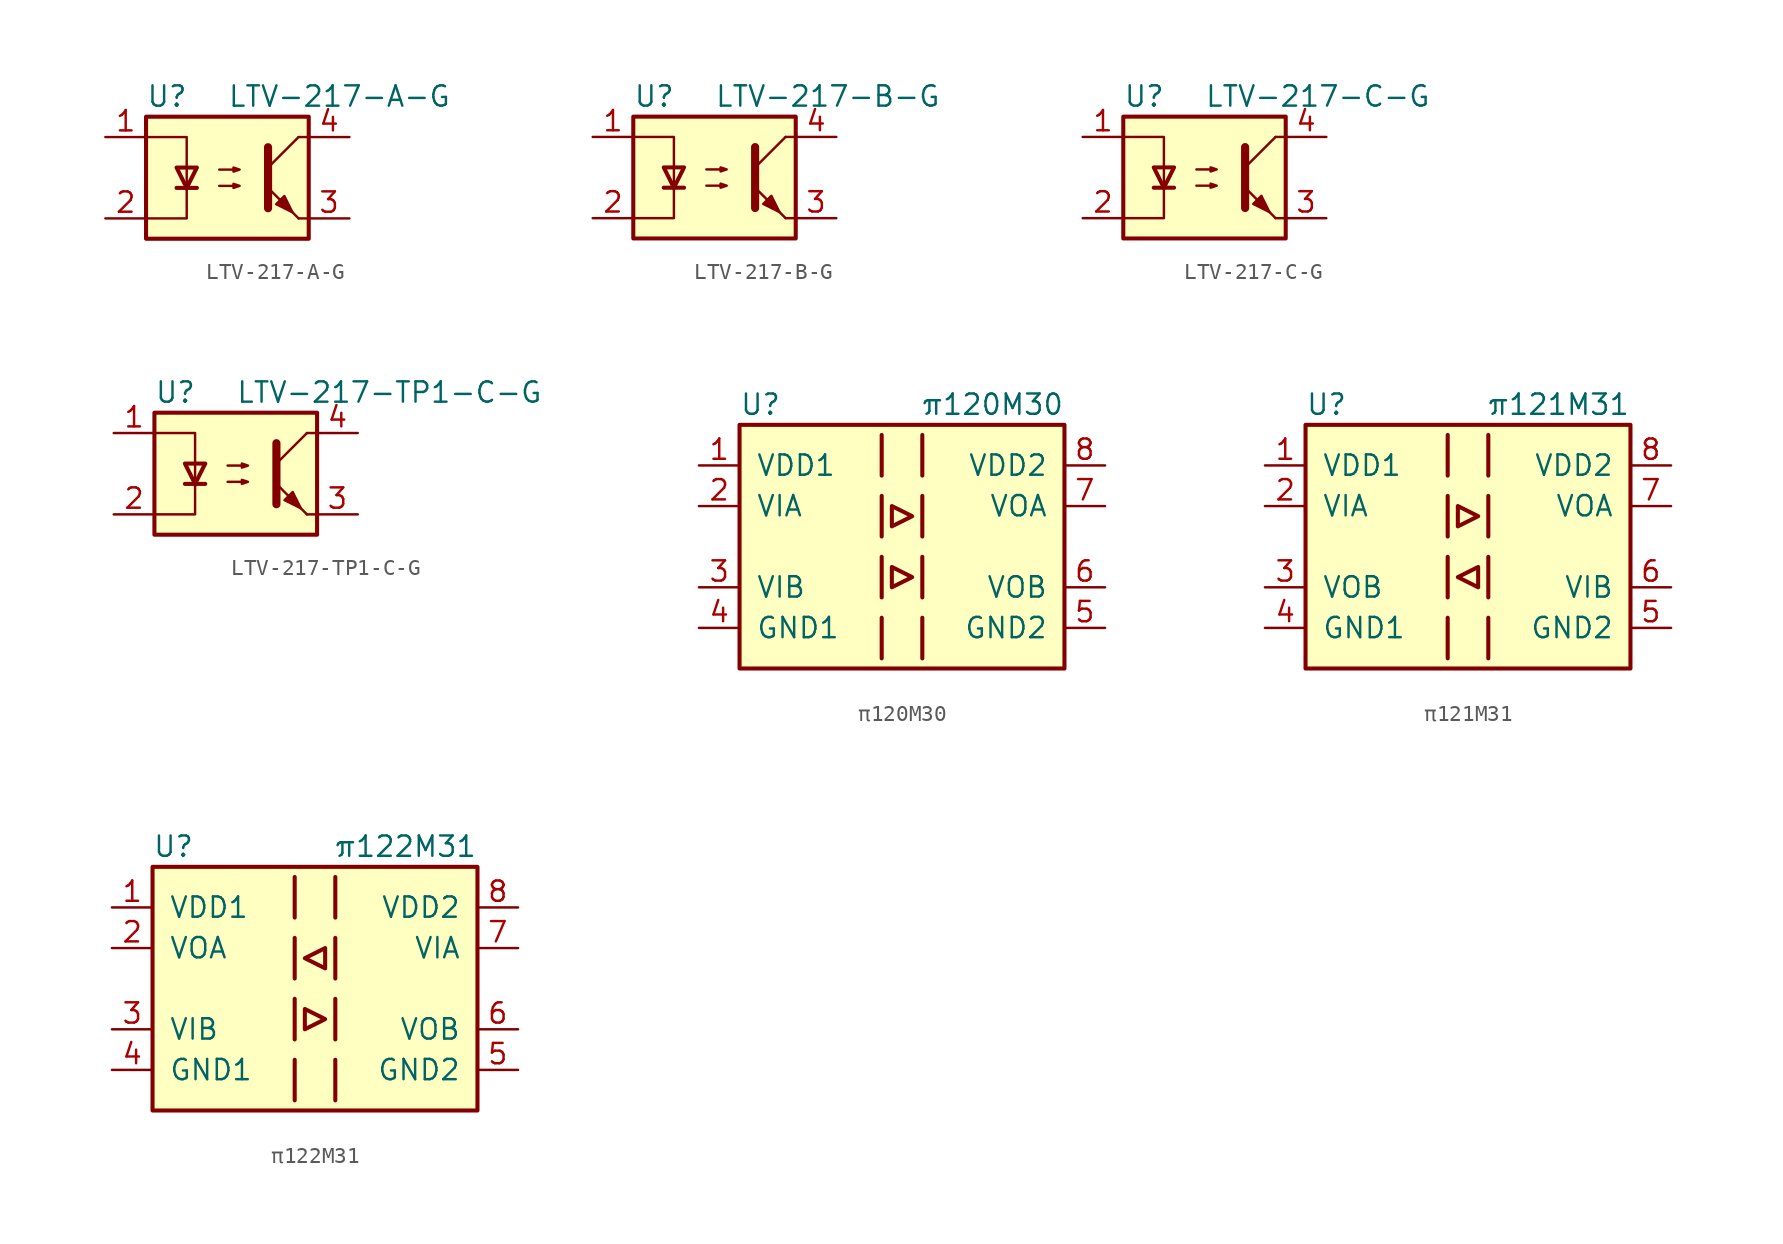
<source format=kicad_sym>
(kicad_symbol_lib
  (version 20211014)
  (generator kicad_symbol_editor)
  (symbol "LTV-217-A-G"
    (pin_names
      (offset 1.016))
    (property "Reference" "U"
      (at -5.08 5.08 0)
      (effects (font (size 1.27 1.27)) (justify left)))
    (property "Value" "LTV-217-A-G"
      (at 0 5.08 0)
      (effects (font (size 1.27 1.27)) (justify left)))
    (symbol "LTV-217-A-G_0_1"
      (rectangle (start -5.08 3.81) (end 5.08 -3.81) (stroke (width 0.254) (type default) (color 0 0 0 0)) (fill (type background)))
      (polyline (pts (xy -3.175 -0.635) (xy -1.905 -0.635)) (stroke (width 0.254) (type default) (color 0 0 0 0)) (fill (type none)))
      (polyline (pts (xy 2.54 0.635) (xy 4.445 2.54)) (stroke (width 0) (type default) (color 0 0 0 0)) (fill (type none)))
      (polyline (pts (xy 4.445 -2.54) (xy 2.54 -0.635)) (stroke (width 0) (type default) (color 0 0 0 0)) (fill (type outline)))
      (polyline (pts (xy 4.445 -2.54) (xy 5.08 -2.54)) (stroke (width 0) (type default) (color 0 0 0 0)) (fill (type none)))
      (polyline (pts (xy 4.445 2.54) (xy 5.08 2.54)) (stroke (width 0) (type default) (color 0 0 0 0)) (fill (type none)))
      (polyline (pts (xy -5.08 2.54) (xy -2.54 2.54) (xy -2.54 -0.762)) (stroke (width 0) (type default) (color 0 0 0 0)) (fill (type none)))
      (polyline (pts (xy -2.54 -0.635) (xy -2.54 -2.54) (xy -5.08 -2.54)) (stroke (width 0) (type default) (color 0 0 0 0)) (fill (type none)))
      (polyline (pts (xy 2.54 1.905) (xy 2.54 -1.905) (xy 2.54 -1.905)) (stroke (width 0.508) (type default) (color 0 0 0 0)) (fill (type none)))
      (polyline (pts (xy -2.54 -0.635) (xy -3.175 0.635) (xy -1.905 0.635) (xy -2.54 -0.635)) (stroke (width 0.254) (type default) (color 0 0 0 0)) (fill (type none)))
      (polyline (pts (xy -0.508 -0.508) (xy 0.762 -0.508) (xy 0.381 -0.635) (xy 0.381 -0.381) (xy 0.762 -0.508)) (stroke (width 0) (type default) (color 0 0 0 0)) (fill (type none)))
      (polyline (pts (xy -0.508 0.508) (xy 0.762 0.508) (xy 0.381 0.381) (xy 0.381 0.635) (xy 0.762 0.508)) (stroke (width 0) (type default) (color 0 0 0 0)) (fill (type none)))
      (polyline (pts (xy 3.048 -1.651) (xy 3.556 -1.143) (xy 4.064 -2.159) (xy 3.048 -1.651) (xy 3.048 -1.651)) (stroke (width 0) (type default) (color 0 0 0 0)) (fill (type outline))))
    (symbol "LTV-217-A-G_1_1"
      (pin passive line (at -7.62 2.54 0) (length 2.54) (name "~" (effects (font (size 1.27 1.27)))) (number "1" (effects (font (size 1.27 1.27)))))
      (pin passive line (at -7.62 -2.54 0) (length 2.54) (name "~" (effects (font (size 1.27 1.27)))) (number "2" (effects (font (size 1.27 1.27)))))
      (pin passive line (at 7.62 -2.54 180) (length 2.54) (name "~" (effects (font (size 1.27 1.27)))) (number "3" (effects (font (size 1.27 1.27)))))
      (pin passive line (at 7.62 2.54 180) (length 2.54) (name "~" (effects (font (size 1.27 1.27)))) (number "4" (effects (font (size 1.27 1.27)))))))
  (symbol "LTV-217-B-G"
    (pin_names
      (offset 1.016))
    (property "Reference" "U"
      (at -5.08 5.08 0)
      (effects (font (size 1.27 1.27)) (justify left)))
    (property "Value" "LTV-217-B-G"
      (at 0 5.08 0)
      (effects (font (size 1.27 1.27)) (justify left)))
    (symbol "LTV-217-B-G_0_1"
      (rectangle (start -5.08 3.81) (end 5.08 -3.81) (stroke (width 0.254) (type default) (color 0 0 0 0)) (fill (type background)))
      (polyline (pts (xy -3.175 -0.635) (xy -1.905 -0.635)) (stroke (width 0.254) (type default) (color 0 0 0 0)) (fill (type none)))
      (polyline (pts (xy 2.54 0.635) (xy 4.445 2.54)) (stroke (width 0) (type default) (color 0 0 0 0)) (fill (type none)))
      (polyline (pts (xy 4.445 -2.54) (xy 2.54 -0.635)) (stroke (width 0) (type default) (color 0 0 0 0)) (fill (type outline)))
      (polyline (pts (xy 4.445 -2.54) (xy 5.08 -2.54)) (stroke (width 0) (type default) (color 0 0 0 0)) (fill (type none)))
      (polyline (pts (xy 4.445 2.54) (xy 5.08 2.54)) (stroke (width 0) (type default) (color 0 0 0 0)) (fill (type none)))
      (polyline (pts (xy -5.08 2.54) (xy -2.54 2.54) (xy -2.54 -0.762)) (stroke (width 0) (type default) (color 0 0 0 0)) (fill (type none)))
      (polyline (pts (xy -2.54 -0.635) (xy -2.54 -2.54) (xy -5.08 -2.54)) (stroke (width 0) (type default) (color 0 0 0 0)) (fill (type none)))
      (polyline (pts (xy 2.54 1.905) (xy 2.54 -1.905) (xy 2.54 -1.905)) (stroke (width 0.508) (type default) (color 0 0 0 0)) (fill (type none)))
      (polyline (pts (xy -2.54 -0.635) (xy -3.175 0.635) (xy -1.905 0.635) (xy -2.54 -0.635)) (stroke (width 0.254) (type default) (color 0 0 0 0)) (fill (type none)))
      (polyline (pts (xy -0.508 -0.508) (xy 0.762 -0.508) (xy 0.381 -0.635) (xy 0.381 -0.381) (xy 0.762 -0.508)) (stroke (width 0) (type default) (color 0 0 0 0)) (fill (type none)))
      (polyline (pts (xy -0.508 0.508) (xy 0.762 0.508) (xy 0.381 0.381) (xy 0.381 0.635) (xy 0.762 0.508)) (stroke (width 0) (type default) (color 0 0 0 0)) (fill (type none)))
      (polyline (pts (xy 3.048 -1.651) (xy 3.556 -1.143) (xy 4.064 -2.159) (xy 3.048 -1.651) (xy 3.048 -1.651)) (stroke (width 0) (type default) (color 0 0 0 0)) (fill (type outline))))
    (symbol "LTV-217-B-G_1_1"
      (pin passive line (at -7.62 2.54 0) (length 2.54) (name "~" (effects (font (size 1.27 1.27)))) (number "1" (effects (font (size 1.27 1.27)))))
      (pin passive line (at -7.62 -2.54 0) (length 2.54) (name "~" (effects (font (size 1.27 1.27)))) (number "2" (effects (font (size 1.27 1.27)))))
      (pin passive line (at 7.62 -2.54 180) (length 2.54) (name "~" (effects (font (size 1.27 1.27)))) (number "3" (effects (font (size 1.27 1.27)))))
      (pin passive line (at 7.62 2.54 180) (length 2.54) (name "~" (effects (font (size 1.27 1.27)))) (number "4" (effects (font (size 1.27 1.27)))))))
  (symbol "LTV-217-C-G"
    (pin_names
      (offset 1.016))
    (property "Reference" "U"
      (at -5.08 5.08 0)
      (effects (font (size 1.27 1.27)) (justify left)))
    (property "Value" "LTV-217-C-G"
      (at 0 5.08 0)
      (effects (font (size 1.27 1.27)) (justify left)))
    (symbol "LTV-217-C-G_0_1"
      (rectangle (start -5.08 3.81) (end 5.08 -3.81) (stroke (width 0.254) (type default) (color 0 0 0 0)) (fill (type background)))
      (polyline (pts (xy -3.175 -0.635) (xy -1.905 -0.635)) (stroke (width 0.254) (type default) (color 0 0 0 0)) (fill (type none)))
      (polyline (pts (xy 2.54 0.635) (xy 4.445 2.54)) (stroke (width 0) (type default) (color 0 0 0 0)) (fill (type none)))
      (polyline (pts (xy 4.445 -2.54) (xy 2.54 -0.635)) (stroke (width 0) (type default) (color 0 0 0 0)) (fill (type outline)))
      (polyline (pts (xy 4.445 -2.54) (xy 5.08 -2.54)) (stroke (width 0) (type default) (color 0 0 0 0)) (fill (type none)))
      (polyline (pts (xy 4.445 2.54) (xy 5.08 2.54)) (stroke (width 0) (type default) (color 0 0 0 0)) (fill (type none)))
      (polyline (pts (xy -5.08 2.54) (xy -2.54 2.54) (xy -2.54 -0.762)) (stroke (width 0) (type default) (color 0 0 0 0)) (fill (type none)))
      (polyline (pts (xy -2.54 -0.635) (xy -2.54 -2.54) (xy -5.08 -2.54)) (stroke (width 0) (type default) (color 0 0 0 0)) (fill (type none)))
      (polyline (pts (xy 2.54 1.905) (xy 2.54 -1.905) (xy 2.54 -1.905)) (stroke (width 0.508) (type default) (color 0 0 0 0)) (fill (type none)))
      (polyline (pts (xy -2.54 -0.635) (xy -3.175 0.635) (xy -1.905 0.635) (xy -2.54 -0.635)) (stroke (width 0.254) (type default) (color 0 0 0 0)) (fill (type none)))
      (polyline (pts (xy -0.508 -0.508) (xy 0.762 -0.508) (xy 0.381 -0.635) (xy 0.381 -0.381) (xy 0.762 -0.508)) (stroke (width 0) (type default) (color 0 0 0 0)) (fill (type none)))
      (polyline (pts (xy -0.508 0.508) (xy 0.762 0.508) (xy 0.381 0.381) (xy 0.381 0.635) (xy 0.762 0.508)) (stroke (width 0) (type default) (color 0 0 0 0)) (fill (type none)))
      (polyline (pts (xy 3.048 -1.651) (xy 3.556 -1.143) (xy 4.064 -2.159) (xy 3.048 -1.651) (xy 3.048 -1.651)) (stroke (width 0) (type default) (color 0 0 0 0)) (fill (type outline))))
    (symbol "LTV-217-C-G_1_1"
      (pin passive line (at -7.62 2.54 0) (length 2.54) (name "~" (effects (font (size 1.27 1.27)))) (number "1" (effects (font (size 1.27 1.27)))))
      (pin passive line (at -7.62 -2.54 0) (length 2.54) (name "~" (effects (font (size 1.27 1.27)))) (number "2" (effects (font (size 1.27 1.27)))))
      (pin passive line (at 7.62 -2.54 180) (length 2.54) (name "~" (effects (font (size 1.27 1.27)))) (number "3" (effects (font (size 1.27 1.27)))))
      (pin passive line (at 7.62 2.54 180) (length 2.54) (name "~" (effects (font (size 1.27 1.27)))) (number "4" (effects (font (size 1.27 1.27)))))))
  (symbol "LTV-217-TP1-C-G"
    (pin_names
      (offset 1.016))
    (property "Reference" "U"
      (at -5.08 5.08 0)
      (effects (font (size 1.27 1.27)) (justify left)))
    (property "Value" "LTV-217-TP1-C-G"
      (at 0 5.08 0)
      (effects (font (size 1.27 1.27)) (justify left)))
    (symbol "LTV-217-TP1-C-G_0_1"
      (rectangle (start -5.08 3.81) (end 5.08 -3.81) (stroke (width 0.254) (type default) (color 0 0 0 0)) (fill (type background)))
      (polyline (pts (xy -3.175 -0.635) (xy -1.905 -0.635)) (stroke (width 0.254) (type default) (color 0 0 0 0)) (fill (type none)))
      (polyline (pts (xy 2.54 0.635) (xy 4.445 2.54)) (stroke (width 0) (type default) (color 0 0 0 0)) (fill (type none)))
      (polyline (pts (xy 4.445 -2.54) (xy 2.54 -0.635)) (stroke (width 0) (type default) (color 0 0 0 0)) (fill (type outline)))
      (polyline (pts (xy 4.445 -2.54) (xy 5.08 -2.54)) (stroke (width 0) (type default) (color 0 0 0 0)) (fill (type none)))
      (polyline (pts (xy 4.445 2.54) (xy 5.08 2.54)) (stroke (width 0) (type default) (color 0 0 0 0)) (fill (type none)))
      (polyline (pts (xy -5.08 2.54) (xy -2.54 2.54) (xy -2.54 -0.762)) (stroke (width 0) (type default) (color 0 0 0 0)) (fill (type none)))
      (polyline (pts (xy -2.54 -0.635) (xy -2.54 -2.54) (xy -5.08 -2.54)) (stroke (width 0) (type default) (color 0 0 0 0)) (fill (type none)))
      (polyline (pts (xy 2.54 1.905) (xy 2.54 -1.905) (xy 2.54 -1.905)) (stroke (width 0.508) (type default) (color 0 0 0 0)) (fill (type none)))
      (polyline (pts (xy -2.54 -0.635) (xy -3.175 0.635) (xy -1.905 0.635) (xy -2.54 -0.635)) (stroke (width 0.254) (type default) (color 0 0 0 0)) (fill (type none)))
      (polyline (pts (xy -0.508 -0.508) (xy 0.762 -0.508) (xy 0.381 -0.635) (xy 0.381 -0.381) (xy 0.762 -0.508)) (stroke (width 0) (type default) (color 0 0 0 0)) (fill (type none)))
      (polyline (pts (xy -0.508 0.508) (xy 0.762 0.508) (xy 0.381 0.381) (xy 0.381 0.635) (xy 0.762 0.508)) (stroke (width 0) (type default) (color 0 0 0 0)) (fill (type none)))
      (polyline (pts (xy 3.048 -1.651) (xy 3.556 -1.143) (xy 4.064 -2.159) (xy 3.048 -1.651) (xy 3.048 -1.651)) (stroke (width 0) (type default) (color 0 0 0 0)) (fill (type outline))))
    (symbol "LTV-217-TP1-C-G_1_1"
      (pin passive line (at -7.62 2.54 0) (length 2.54) (name "~" (effects (font (size 1.27 1.27)))) (number "1" (effects (font (size 1.27 1.27)))))
      (pin passive line (at -7.62 -2.54 0) (length 2.54) (name "~" (effects (font (size 1.27 1.27)))) (number "2" (effects (font (size 1.27 1.27)))))
      (pin passive line (at 7.62 -2.54 180) (length 2.54) (name "~" (effects (font (size 1.27 1.27)))) (number "3" (effects (font (size 1.27 1.27)))))
      (pin passive line (at 7.62 2.54 180) (length 2.54) (name "~" (effects (font (size 1.27 1.27)))) (number "4" (effects (font (size 1.27 1.27)))))))
  (symbol "π120M30"
    (pin_names
      (offset 1.016))
    (property "Reference" "U"
      (at -10.16 8.89 0)
      (effects (font (size 1.27 1.27)) (justify left)))
    (property "Value" "π120M30"
      (at 10.16 8.89 0)
      (effects (font (size 1.27 1.27)) (justify right)))
    (symbol "π120M30_0_1"
      (rectangle (start -10.16 7.62) (end 10.16 -7.62) (stroke (width 0.254) (type default) (color 0 0 0 0)) (fill (type background)))
      (polyline (pts (xy -1.27 -4.445) (xy -1.27 -6.985)) (stroke (width 0.254) (type default) (color 0 0 0 0)) (fill (type none)))
      (polyline (pts (xy -1.27 -0.635) (xy -1.27 -3.175)) (stroke (width 0.254) (type default) (color 0 0 0 0)) (fill (type none)))
      (polyline (pts (xy -1.27 3.175) (xy -1.27 0.635)) (stroke (width 0.254) (type default) (color 0 0 0 0)) (fill (type none)))
      (polyline (pts (xy -1.27 6.985) (xy -1.27 4.445)) (stroke (width 0.254) (type default) (color 0 0 0 0)) (fill (type none)))
      (polyline (pts (xy 1.27 -4.445) (xy 1.27 -6.985)) (stroke (width 0.254) (type default) (color 0 0 0 0)) (fill (type none)))
      (polyline (pts (xy 1.27 -0.635) (xy 1.27 -3.175)) (stroke (width 0.254) (type default) (color 0 0 0 0)) (fill (type none)))
      (polyline (pts (xy 1.27 3.175) (xy 1.27 0.635)) (stroke (width 0.254) (type default) (color 0 0 0 0)) (fill (type none)))
      (polyline (pts (xy 1.27 6.985) (xy 1.27 4.445)) (stroke (width 0.254) (type default) (color 0 0 0 0)) (fill (type none)))
      (polyline (pts (xy -0.635 -1.27) (xy -0.635 -2.54) (xy 0.635 -1.905) (xy -0.635 -1.27)) (stroke (width 0.254) (type default) (color 0 0 0 0)) (fill (type none)))
      (polyline (pts (xy -0.635 2.54) (xy -0.635 1.27) (xy 0.635 1.905) (xy -0.635 2.54)) (stroke (width 0.254) (type default) (color 0 0 0 0)) (fill (type none))))
    (symbol "π120M30_1_1"
      (pin power_in line (at -12.7 5.08 0) (length 2.54) (name "VDD1" (effects (font (size 1.27 1.27)))) (number "1" (effects (font (size 1.27 1.27)))))
      (pin input line (at -12.7 2.54 0) (length 2.54) (name "VIA" (effects (font (size 1.27 1.27)))) (number "2" (effects (font (size 1.27 1.27)))))
      (pin input line (at -12.7 -2.54 0) (length 2.54) (name "VIB" (effects (font (size 1.27 1.27)))) (number "3" (effects (font (size 1.27 1.27)))))
      (pin power_in line (at -12.7 -5.08 0) (length 2.54) (name "GND1" (effects (font (size 1.27 1.27)))) (number "4" (effects (font (size 1.27 1.27)))))
      (pin power_in line (at 12.7 -5.08 180) (length 2.54) (name "GND2" (effects (font (size 1.27 1.27)))) (number "5" (effects (font (size 1.27 1.27)))))
      (pin output line (at 12.7 -2.54 180) (length 2.54) (name "VOB" (effects (font (size 1.27 1.27)))) (number "6" (effects (font (size 1.27 1.27)))))
      (pin output line (at 12.7 2.54 180) (length 2.54) (name "VOA" (effects (font (size 1.27 1.27)))) (number "7" (effects (font (size 1.27 1.27)))))
      (pin power_in line (at 12.7 5.08 180) (length 2.54) (name "VDD2" (effects (font (size 1.27 1.27)))) (number "8" (effects (font (size 1.27 1.27)))))))
  (symbol "π121M31"
    (pin_names
      (offset 1.016))
    (property "Reference" "U"
      (at -10.16 8.89 0)
      (effects (font (size 1.27 1.27)) (justify left)))
    (property "Value" "π121M31"
      (at 10.16 8.89 0)
      (effects (font (size 1.27 1.27)) (justify right)))
    (symbol "π121M31_0_1"
      (rectangle (start -10.16 7.62) (end 10.16 -7.62) (stroke (width 0.254) (type default) (color 0 0 0 0)) (fill (type background)))
      (polyline (pts (xy -1.27 -4.445) (xy -1.27 -6.985)) (stroke (width 0.254) (type default) (color 0 0 0 0)) (fill (type none)))
      (polyline (pts (xy -1.27 -0.635) (xy -1.27 -3.175)) (stroke (width 0.254) (type default) (color 0 0 0 0)) (fill (type none)))
      (polyline (pts (xy -1.27 3.175) (xy -1.27 0.635)) (stroke (width 0.254) (type default) (color 0 0 0 0)) (fill (type none)))
      (polyline (pts (xy -1.27 6.985) (xy -1.27 4.445)) (stroke (width 0.254) (type default) (color 0 0 0 0)) (fill (type none)))
      (polyline (pts (xy 1.27 -4.445) (xy 1.27 -6.985)) (stroke (width 0.254) (type default) (color 0 0 0 0)) (fill (type none)))
      (polyline (pts (xy 1.27 -0.635) (xy 1.27 -3.175)) (stroke (width 0.254) (type default) (color 0 0 0 0)) (fill (type none)))
      (polyline (pts (xy 1.27 3.175) (xy 1.27 0.635)) (stroke (width 0.254) (type default) (color 0 0 0 0)) (fill (type none)))
      (polyline (pts (xy 1.27 6.985) (xy 1.27 4.445)) (stroke (width 0.254) (type default) (color 0 0 0 0)) (fill (type none)))
      (polyline (pts (xy -0.635 2.54) (xy -0.635 1.27) (xy 0.635 1.905) (xy -0.635 2.54)) (stroke (width 0.254) (type default) (color 0 0 0 0)) (fill (type none)))
      (polyline (pts (xy 0.635 -1.27) (xy 0.635 -2.54) (xy -0.635 -1.905) (xy 0.635 -1.27)) (stroke (width 0.254) (type default) (color 0 0 0 0)) (fill (type none))))
    (symbol "π121M31_1_1"
      (pin power_in line (at -12.7 5.08 0) (length 2.54) (name "VDD1" (effects (font (size 1.27 1.27)))) (number "1" (effects (font (size 1.27 1.27)))))
      (pin input line (at -12.7 2.54 0) (length 2.54) (name "VIA" (effects (font (size 1.27 1.27)))) (number "2" (effects (font (size 1.27 1.27)))))
      (pin output line (at -12.7 -2.54 0) (length 2.54) (name "VOB" (effects (font (size 1.27 1.27)))) (number "3" (effects (font (size 1.27 1.27)))))
      (pin power_in line (at -12.7 -5.08 0) (length 2.54) (name "GND1" (effects (font (size 1.27 1.27)))) (number "4" (effects (font (size 1.27 1.27)))))
      (pin power_in line (at 12.7 -5.08 180) (length 2.54) (name "GND2" (effects (font (size 1.27 1.27)))) (number "5" (effects (font (size 1.27 1.27)))))
      (pin input line (at 12.7 -2.54 180) (length 2.54) (name "VIB" (effects (font (size 1.27 1.27)))) (number "6" (effects (font (size 1.27 1.27)))))
      (pin output line (at 12.7 2.54 180) (length 2.54) (name "VOA" (effects (font (size 1.27 1.27)))) (number "7" (effects (font (size 1.27 1.27)))))
      (pin power_in line (at 12.7 5.08 180) (length 2.54) (name "VDD2" (effects (font (size 1.27 1.27)))) (number "8" (effects (font (size 1.27 1.27)))))))
  (symbol "π122M31"
    (pin_names
      (offset 1.016))
    (property "Reference" "U"
      (at -10.16 8.89 0)
      (effects (font (size 1.27 1.27)) (justify left)))
    (property "Value" "π122M31"
      (at 10.16 8.89 0)
      (effects (font (size 1.27 1.27)) (justify right)))
    (symbol "π122M31_0_1"
      (rectangle (start -10.16 7.62) (end 10.16 -7.62) (stroke (width 0.254) (type default) (color 0 0 0 0)) (fill (type background)))
      (polyline (pts (xy -1.27 -4.445) (xy -1.27 -6.985)) (stroke (width 0.254) (type default) (color 0 0 0 0)) (fill (type none)))
      (polyline (pts (xy -1.27 -0.635) (xy -1.27 -3.175)) (stroke (width 0.254) (type default) (color 0 0 0 0)) (fill (type none)))
      (polyline (pts (xy -1.27 3.175) (xy -1.27 0.635)) (stroke (width 0.254) (type default) (color 0 0 0 0)) (fill (type none)))
      (polyline (pts (xy -1.27 6.985) (xy -1.27 4.445)) (stroke (width 0.254) (type default) (color 0 0 0 0)) (fill (type none)))
      (polyline (pts (xy 1.27 -4.445) (xy 1.27 -6.985)) (stroke (width 0.254) (type default) (color 0 0 0 0)) (fill (type none)))
      (polyline (pts (xy 1.27 -0.635) (xy 1.27 -3.175)) (stroke (width 0.254) (type default) (color 0 0 0 0)) (fill (type none)))
      (polyline (pts (xy 1.27 3.175) (xy 1.27 0.635)) (stroke (width 0.254) (type default) (color 0 0 0 0)) (fill (type none)))
      (polyline (pts (xy 1.27 6.985) (xy 1.27 4.445)) (stroke (width 0.254) (type default) (color 0 0 0 0)) (fill (type none)))
      (polyline (pts (xy -0.635 -1.27) (xy -0.635 -2.54) (xy 0.635 -1.905) (xy -0.635 -1.27)) (stroke (width 0.254) (type default) (color 0 0 0 0)) (fill (type none)))
      (polyline (pts (xy 0.635 2.54) (xy 0.635 1.27) (xy -0.635 1.905) (xy 0.635 2.54)) (stroke (width 0.254) (type default) (color 0 0 0 0)) (fill (type none))))
    (symbol "π122M31_1_1"
      (pin power_in line (at -12.7 5.08 0) (length 2.54) (name "VDD1" (effects (font (size 1.27 1.27)))) (number "1" (effects (font (size 1.27 1.27)))))
      (pin output line (at -12.7 2.54 0) (length 2.54) (name "VOA" (effects (font (size 1.27 1.27)))) (number "2" (effects (font (size 1.27 1.27)))))
      (pin input line (at -12.7 -2.54 0) (length 2.54) (name "VIB" (effects (font (size 1.27 1.27)))) (number "3" (effects (font (size 1.27 1.27)))))
      (pin power_in line (at -12.7 -5.08 0) (length 2.54) (name "GND1" (effects (font (size 1.27 1.27)))) (number "4" (effects (font (size 1.27 1.27)))))
      (pin power_in line (at 12.7 -5.08 180) (length 2.54) (name "GND2" (effects (font (size 1.27 1.27)))) (number "5" (effects (font (size 1.27 1.27)))))
      (pin output line (at 12.7 -2.54 180) (length 2.54) (name "VOB" (effects (font (size 1.27 1.27)))) (number "6" (effects (font (size 1.27 1.27)))))
      (pin input line (at 12.7 2.54 180) (length 2.54) (name "VIA" (effects (font (size 1.27 1.27)))) (number "7" (effects (font (size 1.27 1.27)))))
      (pin power_in line (at 12.7 5.08 180) (length 2.54) (name "VDD2" (effects (font (size 1.27 1.27)))) (number "8" (effects (font (size 1.27 1.27))))))))
</source>
